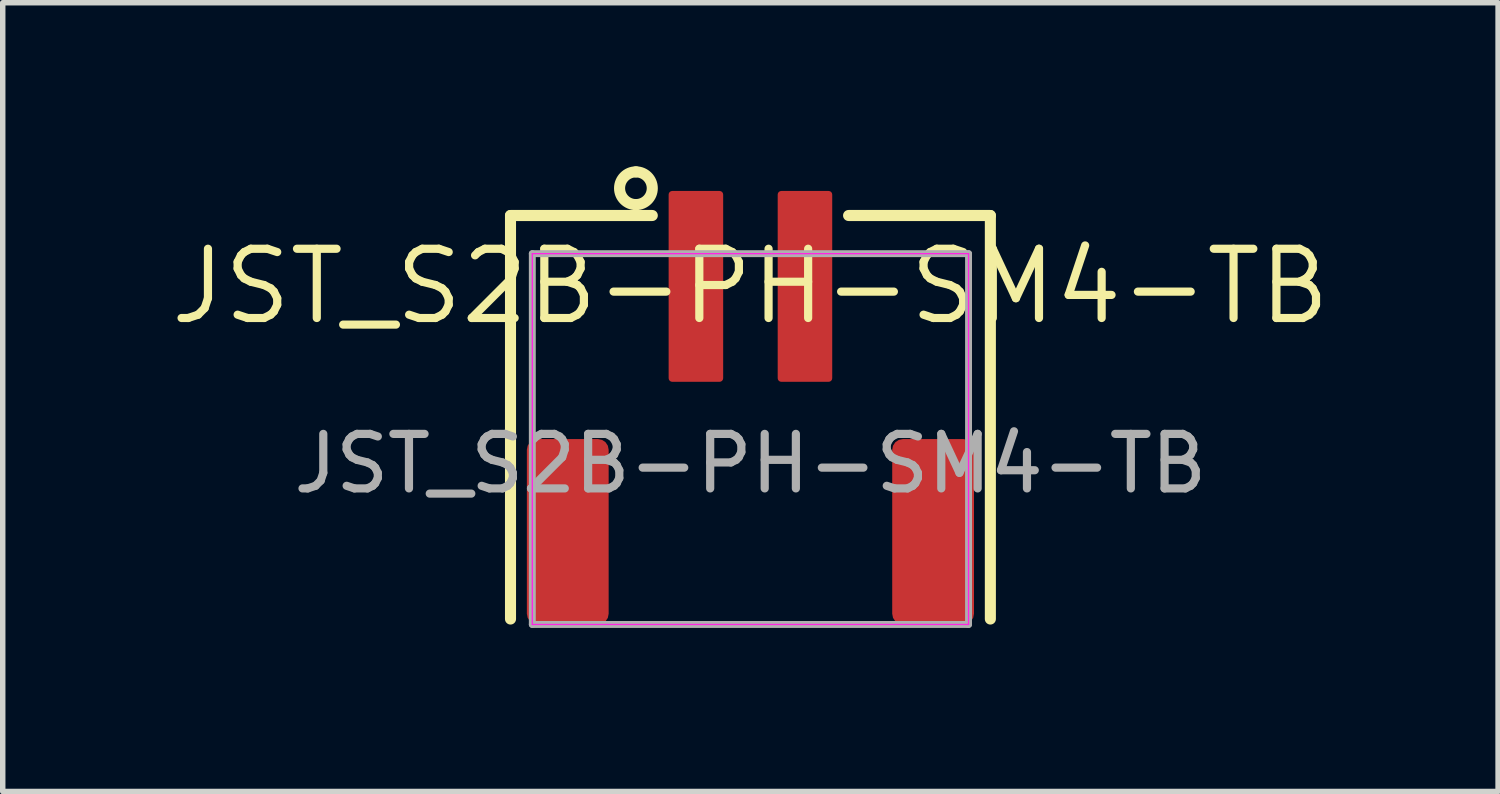
<source format=kicad_pcb>
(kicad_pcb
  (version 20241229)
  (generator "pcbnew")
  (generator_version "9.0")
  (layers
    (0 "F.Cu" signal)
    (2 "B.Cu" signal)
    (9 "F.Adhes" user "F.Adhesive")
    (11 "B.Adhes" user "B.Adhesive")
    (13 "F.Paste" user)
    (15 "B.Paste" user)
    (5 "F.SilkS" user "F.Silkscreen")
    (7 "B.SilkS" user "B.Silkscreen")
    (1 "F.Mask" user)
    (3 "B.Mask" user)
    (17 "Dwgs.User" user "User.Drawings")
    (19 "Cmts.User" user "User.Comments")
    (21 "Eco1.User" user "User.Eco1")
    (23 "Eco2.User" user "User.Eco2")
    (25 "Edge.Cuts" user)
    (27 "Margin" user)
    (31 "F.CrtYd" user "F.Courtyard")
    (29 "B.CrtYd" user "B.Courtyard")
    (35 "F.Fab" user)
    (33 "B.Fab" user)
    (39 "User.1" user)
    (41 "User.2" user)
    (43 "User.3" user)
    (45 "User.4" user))
  (footprint "JST_S2B-PH-SM4-TB"
    (layer "F.Cu")
    (at 10.712 2.202)
    (property "Reference" "JST_S2B-PH-SM4-TB" (at 0 0 0) (layer "F.SilkS") (effects (font (size 1.27 1.27) (thickness 0.15))))
    (fp_line (start -4.4 -1.3) (end -1.8 -1.3) (stroke (width 0.203) (type solid)) (layer "F.SilkS"))
    (fp_line (start -4.4 6.1) (end -4.4 -1.3) (stroke (width 0.203) (type solid)) (layer "F.SilkS"))
    (fp_line (start 1.8 -1.3) (end 4.4 -1.3) (stroke (width 0.203) (type solid)) (layer "F.SilkS"))
    (fp_line (start 4.4 -1.3) (end 4.4 6.1) (stroke (width 0.203) (type solid)) (layer "F.SilkS"))
    (fp_arc (start -2.1 -2.1) (mid -1.8 -1.8) (end -2.1 -1.5) (stroke (width 0.2032) (type solid)) (layer "F.SilkS"))
    (fp_arc (start -2.1 -1.5) (mid -2.4 -1.8) (end -2.1 -2.1) (stroke (width 0.2032) (type solid)) (layer "F.SilkS"))
    (fp_line (start -4 -0.6) (end -4 6.2) (stroke (width 0.025) (type solid)) (layer "F.CrtYd"))
    (fp_line (start -4 6.2) (end 4 6.2) (stroke (width 0.025) (type solid)) (layer "F.CrtYd"))
    (fp_line (start 4 -0.6) (end -4 -0.6) (stroke (width 0.025) (type solid)) (layer "F.CrtYd"))
    (fp_line (start 4 6.2) (end 4 -0.6) (stroke (width 0.025) (type solid)) (layer "F.CrtYd"))
    (fp_line (start -4 -0.6) (end -4 6.2) (stroke (width 0.127) (type solid)) (layer "F.Fab"))
    (fp_line (start -4 6.2) (end 4 6.2) (stroke (width 0.127) (type solid)) (layer "F.Fab"))
    (fp_line (start 4 -0.6) (end -4 -0.6) (stroke (width 0.127) (type solid)) (layer "F.Fab"))
    (fp_line (start 4 6.2) (end 4 -0.6) (stroke (width 0.127) (type solid)) (layer "F.Fab"))
    (fp_text user "${REFERENCE}" (at 0 3.25 0) (unlocked yes) (layer "F.Fab") (effects (font (size 1 1) (thickness 0.15))))
    (pad "1" smd roundrect (at -1 0 90) (size 3.5 1) (layers "F.Cu" "F.Mask" "F.Paste") (roundrect_rratio 0.066))
    (pad "2" smd roundrect (at 1 0 90) (size 3.5 1) (layers "F.Cu" "F.Mask" "F.Paste") (roundrect_rratio 0.066))
    (pad "3" smd roundrect (at -3.35 4.5 90) (size 3.4 1.5) (layers "F.Cu" "F.Mask" "F.Paste") (roundrect_rratio 0.131))
    (pad "4" smd roundrect (at 3.35 4.5 90) (size 3.4 1.5) (layers "F.Cu" "F.Mask" "F.Paste") (roundrect_rratio 0.131)))
  (gr_rect
    (start -3 -3)
    (end 24.423 11.465)
    (stroke (width 0.1) (type default))
    (fill no)
    (layer "Edge.Cuts")))
</source>
